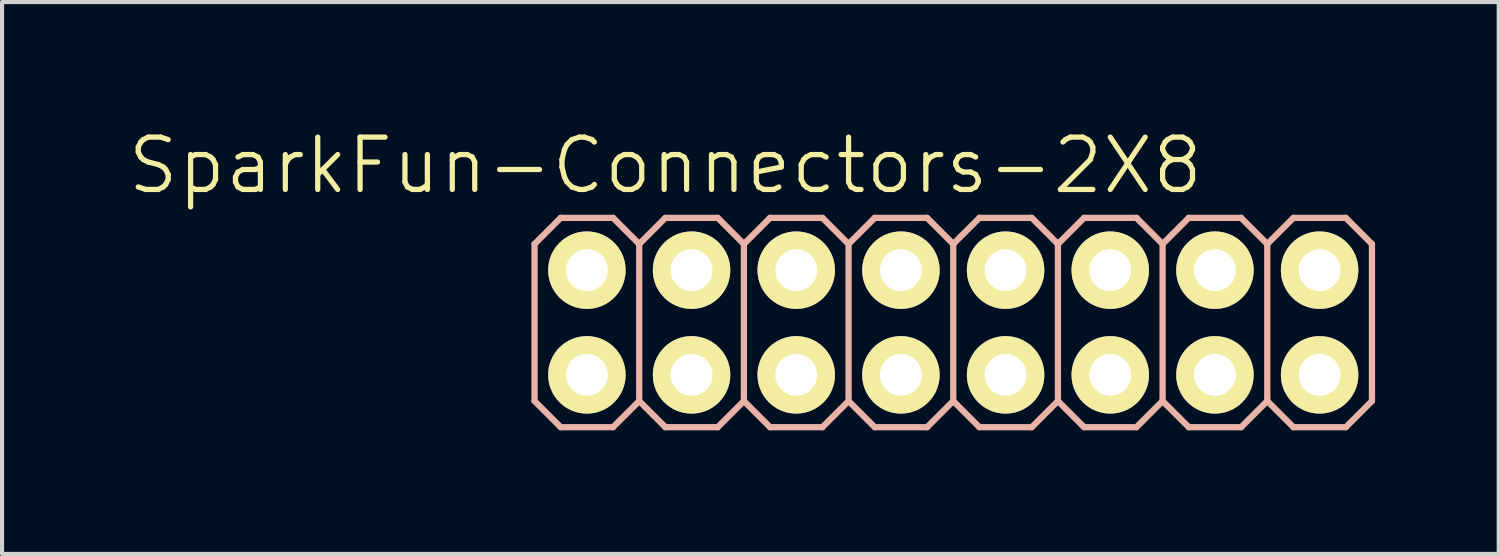
<source format=kicad_pcb>
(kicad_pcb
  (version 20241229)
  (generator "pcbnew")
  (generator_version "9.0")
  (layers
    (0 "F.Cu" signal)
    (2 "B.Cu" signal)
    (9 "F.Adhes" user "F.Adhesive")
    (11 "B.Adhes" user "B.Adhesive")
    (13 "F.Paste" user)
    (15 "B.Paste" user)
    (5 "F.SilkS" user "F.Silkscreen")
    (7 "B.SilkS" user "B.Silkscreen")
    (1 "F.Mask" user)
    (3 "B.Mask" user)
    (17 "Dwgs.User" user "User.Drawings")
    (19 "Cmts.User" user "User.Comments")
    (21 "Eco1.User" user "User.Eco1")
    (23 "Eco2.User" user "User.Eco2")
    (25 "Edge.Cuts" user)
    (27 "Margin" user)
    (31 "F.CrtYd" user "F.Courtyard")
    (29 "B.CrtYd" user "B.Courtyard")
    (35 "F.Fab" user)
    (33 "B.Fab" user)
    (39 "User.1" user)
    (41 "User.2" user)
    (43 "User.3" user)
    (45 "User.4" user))
  (footprint "SparkFun-Connectors-2X8"
    (layer "F.Cu")
    (at 11.191 6.046)
    (property "Reference" "SparkFun-Connectors-2X8" (at 1.905 -5.08 0) (layer "F.SilkS") (effects (font (size 1.27 1.27) (thickness 0.127))))
    (attr exclude_from_pos_files exclude_from_bom)
    (fp_line (start -0.254 -2.794) (end 0.254 -2.794) (stroke (width 0.066) (type solid)) (layer "F.SilkS"))
    (fp_line (start -0.254 -2.286) (end -0.254 -2.794) (stroke (width 0.066) (type solid)) (layer "F.SilkS"))
    (fp_line (start -0.254 -2.286) (end 0.254 -2.286) (stroke (width 0.066) (type solid)) (layer "F.SilkS"))
    (fp_line (start -0.254 -0.254) (end 0.254 -0.254) (stroke (width 0.066) (type solid)) (layer "F.SilkS"))
    (fp_line (start -0.254 0.254) (end -0.254 -0.254) (stroke (width 0.066) (type solid)) (layer "F.SilkS"))
    (fp_line (start -0.254 0.254) (end 0.254 0.254) (stroke (width 0.066) (type solid)) (layer "F.SilkS"))
    (fp_line (start 0.254 -2.286) (end 0.254 -2.794) (stroke (width 0.066) (type solid)) (layer "F.SilkS"))
    (fp_line (start 0.254 0.254) (end 0.254 -0.254) (stroke (width 0.066) (type solid)) (layer "F.SilkS"))
    (fp_line (start 2.286 -2.794) (end 2.794 -2.794) (stroke (width 0.066) (type solid)) (layer "F.SilkS"))
    (fp_line (start 2.286 -2.286) (end 2.286 -2.794) (stroke (width 0.066) (type solid)) (layer "F.SilkS"))
    (fp_line (start 2.286 -2.286) (end 2.794 -2.286) (stroke (width 0.066) (type solid)) (layer "F.SilkS"))
    (fp_line (start 2.286 -0.254) (end 2.794 -0.254) (stroke (width 0.066) (type solid)) (layer "F.SilkS"))
    (fp_line (start 2.286 0.254) (end 2.286 -0.254) (stroke (width 0.066) (type solid)) (layer "F.SilkS"))
    (fp_line (start 2.286 0.254) (end 2.794 0.254) (stroke (width 0.066) (type solid)) (layer "F.SilkS"))
    (fp_line (start 2.794 -2.286) (end 2.794 -2.794) (stroke (width 0.066) (type solid)) (layer "F.SilkS"))
    (fp_line (start 2.794 0.254) (end 2.794 -0.254) (stroke (width 0.066) (type solid)) (layer "F.SilkS"))
    (fp_line (start 4.826 -2.794) (end 5.334 -2.794) (stroke (width 0.066) (type solid)) (layer "F.SilkS"))
    (fp_line (start 4.826 -2.286) (end 4.826 -2.794) (stroke (width 0.066) (type solid)) (layer "F.SilkS"))
    (fp_line (start 4.826 -2.286) (end 5.334 -2.286) (stroke (width 0.066) (type solid)) (layer "F.SilkS"))
    (fp_line (start 4.826 -0.254) (end 5.334 -0.254) (stroke (width 0.066) (type solid)) (layer "F.SilkS"))
    (fp_line (start 4.826 0.254) (end 4.826 -0.254) (stroke (width 0.066) (type solid)) (layer "F.SilkS"))
    (fp_line (start 4.826 0.254) (end 5.334 0.254) (stroke (width 0.066) (type solid)) (layer "F.SilkS"))
    (fp_line (start 5.334 -2.286) (end 5.334 -2.794) (stroke (width 0.066) (type solid)) (layer "F.SilkS"))
    (fp_line (start 5.334 0.254) (end 5.334 -0.254) (stroke (width 0.066) (type solid)) (layer "F.SilkS"))
    (fp_line (start 7.366 -2.794) (end 7.874 -2.794) (stroke (width 0.066) (type solid)) (layer "F.SilkS"))
    (fp_line (start 7.366 -2.286) (end 7.366 -2.794) (stroke (width 0.066) (type solid)) (layer "F.SilkS"))
    (fp_line (start 7.366 -2.286) (end 7.874 -2.286) (stroke (width 0.066) (type solid)) (layer "F.SilkS"))
    (fp_line (start 7.366 -0.254) (end 7.874 -0.254) (stroke (width 0.066) (type solid)) (layer "F.SilkS"))
    (fp_line (start 7.366 0.254) (end 7.366 -0.254) (stroke (width 0.066) (type solid)) (layer "F.SilkS"))
    (fp_line (start 7.366 0.254) (end 7.874 0.254) (stroke (width 0.066) (type solid)) (layer "F.SilkS"))
    (fp_line (start 7.874 -2.286) (end 7.874 -2.794) (stroke (width 0.066) (type solid)) (layer "F.SilkS"))
    (fp_line (start 7.874 0.254) (end 7.874 -0.254) (stroke (width 0.066) (type solid)) (layer "F.SilkS"))
    (fp_line (start 9.906 -2.794) (end 10.414 -2.794) (stroke (width 0.066) (type solid)) (layer "F.SilkS"))
    (fp_line (start 9.906 -2.286) (end 9.906 -2.794) (stroke (width 0.066) (type solid)) (layer "F.SilkS"))
    (fp_line (start 9.906 -2.286) (end 10.414 -2.286) (stroke (width 0.066) (type solid)) (layer "F.SilkS"))
    (fp_line (start 9.906 -0.254) (end 10.414 -0.254) (stroke (width 0.066) (type solid)) (layer "F.SilkS"))
    (fp_line (start 9.906 0.254) (end 9.906 -0.254) (stroke (width 0.066) (type solid)) (layer "F.SilkS"))
    (fp_line (start 9.906 0.254) (end 10.414 0.254) (stroke (width 0.066) (type solid)) (layer "F.SilkS"))
    (fp_line (start 10.414 -2.286) (end 10.414 -2.794) (stroke (width 0.066) (type solid)) (layer "F.SilkS"))
    (fp_line (start 10.414 0.254) (end 10.414 -0.254) (stroke (width 0.066) (type solid)) (layer "F.SilkS"))
    (fp_line (start 12.446 -2.794) (end 12.954 -2.794) (stroke (width 0.066) (type solid)) (layer "F.SilkS"))
    (fp_line (start 12.446 -2.286) (end 12.446 -2.794) (stroke (width 0.066) (type solid)) (layer "F.SilkS"))
    (fp_line (start 12.446 -2.286) (end 12.954 -2.286) (stroke (width 0.066) (type solid)) (layer "F.SilkS"))
    (fp_line (start 12.446 -0.254) (end 12.954 -0.254) (stroke (width 0.066) (type solid)) (layer "F.SilkS"))
    (fp_line (start 12.446 0.254) (end 12.446 -0.254) (stroke (width 0.066) (type solid)) (layer "F.SilkS"))
    (fp_line (start 12.446 0.254) (end 12.954 0.254) (stroke (width 0.066) (type solid)) (layer "F.SilkS"))
    (fp_line (start 12.954 -2.286) (end 12.954 -2.794) (stroke (width 0.066) (type solid)) (layer "F.SilkS"))
    (fp_line (start 12.954 0.254) (end 12.954 -0.254) (stroke (width 0.066) (type solid)) (layer "F.SilkS"))
    (fp_line (start 14.986 -2.794) (end 15.494 -2.794) (stroke (width 0.066) (type solid)) (layer "F.SilkS"))
    (fp_line (start 14.986 -2.286) (end 14.986 -2.794) (stroke (width 0.066) (type solid)) (layer "F.SilkS"))
    (fp_line (start 14.986 -2.286) (end 15.494 -2.286) (stroke (width 0.066) (type solid)) (layer "F.SilkS"))
    (fp_line (start 14.986 -0.254) (end 15.494 -0.254) (stroke (width 0.066) (type solid)) (layer "F.SilkS"))
    (fp_line (start 14.986 0.254) (end 14.986 -0.254) (stroke (width 0.066) (type solid)) (layer "F.SilkS"))
    (fp_line (start 14.986 0.254) (end 15.494 0.254) (stroke (width 0.066) (type solid)) (layer "F.SilkS"))
    (fp_line (start 15.494 -2.286) (end 15.494 -2.794) (stroke (width 0.066) (type solid)) (layer "F.SilkS"))
    (fp_line (start 15.494 0.254) (end 15.494 -0.254) (stroke (width 0.066) (type solid)) (layer "F.SilkS"))
    (fp_line (start 17.523 -2.794) (end 18.034 -2.794) (stroke (width 0.066) (type solid)) (layer "F.SilkS"))
    (fp_line (start 17.523 -2.286) (end 17.523 -2.794) (stroke (width 0.066) (type solid)) (layer "F.SilkS"))
    (fp_line (start 17.523 -2.286) (end 18.034 -2.286) (stroke (width 0.066) (type solid)) (layer "F.SilkS"))
    (fp_line (start 17.523 -0.254) (end 18.034 -0.254) (stroke (width 0.066) (type solid)) (layer "F.SilkS"))
    (fp_line (start 17.523 0.254) (end 17.523 -0.254) (stroke (width 0.066) (type solid)) (layer "F.SilkS"))
    (fp_line (start 17.523 0.254) (end 18.034 0.254) (stroke (width 0.066) (type solid)) (layer "F.SilkS"))
    (fp_line (start 18.034 -2.286) (end 18.034 -2.794) (stroke (width 0.066) (type solid)) (layer "F.SilkS"))
    (fp_line (start 18.034 0.254) (end 18.034 -0.254) (stroke (width 0.066) (type solid)) (layer "F.SilkS"))
    (fp_line (start -1.27 -3.175) (end -0.635 -3.81) (stroke (width 0.152) (type solid)) (layer "B.SilkS"))
    (fp_line (start -1.27 0.635) (end -1.27 -3.175) (stroke (width 0.152) (type solid)) (layer "B.SilkS"))
    (fp_line (start -1.27 0.635) (end -0.635 1.27) (stroke (width 0.152) (type solid)) (layer "B.SilkS"))
    (fp_line (start -0.635 -3.81) (end 0.635 -3.81) (stroke (width 0.152) (type solid)) (layer "B.SilkS"))
    (fp_line (start -0.635 1.27) (end 0.635 1.27) (stroke (width 0.152) (type solid)) (layer "B.SilkS"))
    (fp_line (start 0.635 -3.81) (end 1.27 -3.175) (stroke (width 0.152) (type solid)) (layer "B.SilkS"))
    (fp_line (start 0.635 1.27) (end 1.27 0.635) (stroke (width 0.152) (type solid)) (layer "B.SilkS"))
    (fp_line (start 1.27 -3.175) (end 1.27 0.635) (stroke (width 0.152) (type solid)) (layer "B.SilkS"))
    (fp_line (start 1.27 -3.175) (end 1.905 -3.81) (stroke (width 0.152) (type solid)) (layer "B.SilkS"))
    (fp_line (start 1.27 0.635) (end 1.905 1.27) (stroke (width 0.152) (type solid)) (layer "B.SilkS"))
    (fp_line (start 1.905 -3.81) (end 3.175 -3.81) (stroke (width 0.152) (type solid)) (layer "B.SilkS"))
    (fp_line (start 1.905 1.27) (end 3.175 1.27) (stroke (width 0.152) (type solid)) (layer "B.SilkS"))
    (fp_line (start 3.175 -3.81) (end 3.81 -3.175) (stroke (width 0.152) (type solid)) (layer "B.SilkS"))
    (fp_line (start 3.175 1.27) (end 3.81 0.635) (stroke (width 0.152) (type solid)) (layer "B.SilkS"))
    (fp_line (start 3.81 -3.175) (end 3.81 0.635) (stroke (width 0.152) (type solid)) (layer "B.SilkS"))
    (fp_line (start 3.81 -3.175) (end 4.445 -3.81) (stroke (width 0.152) (type solid)) (layer "B.SilkS"))
    (fp_line (start 3.81 0.635) (end 4.445 1.27) (stroke (width 0.152) (type solid)) (layer "B.SilkS"))
    (fp_line (start 4.445 -3.81) (end 5.715 -3.81) (stroke (width 0.152) (type solid)) (layer "B.SilkS"))
    (fp_line (start 4.445 1.27) (end 5.715 1.27) (stroke (width 0.152) (type solid)) (layer "B.SilkS"))
    (fp_line (start 5.715 -3.81) (end 6.35 -3.175) (stroke (width 0.152) (type solid)) (layer "B.SilkS"))
    (fp_line (start 5.715 1.27) (end 6.35 0.635) (stroke (width 0.152) (type solid)) (layer "B.SilkS"))
    (fp_line (start 6.35 -3.175) (end 6.35 0.635) (stroke (width 0.152) (type solid)) (layer "B.SilkS"))
    (fp_line (start 6.35 -3.175) (end 6.985 -3.81) (stroke (width 0.152) (type solid)) (layer "B.SilkS"))
    (fp_line (start 6.35 0.635) (end 6.985 1.27) (stroke (width 0.152) (type solid)) (layer "B.SilkS"))
    (fp_line (start 6.985 -3.81) (end 8.255 -3.81) (stroke (width 0.152) (type solid)) (layer "B.SilkS"))
    (fp_line (start 6.985 1.27) (end 8.255 1.27) (stroke (width 0.152) (type solid)) (layer "B.SilkS"))
    (fp_line (start 8.255 -3.81) (end 8.89 -3.175) (stroke (width 0.152) (type solid)) (layer "B.SilkS"))
    (fp_line (start 8.255 1.27) (end 8.89 0.635) (stroke (width 0.152) (type solid)) (layer "B.SilkS"))
    (fp_line (start 8.89 -3.175) (end 8.89 0.635) (stroke (width 0.152) (type solid)) (layer "B.SilkS"))
    (fp_line (start 8.89 -3.175) (end 9.525 -3.81) (stroke (width 0.152) (type solid)) (layer "B.SilkS"))
    (fp_line (start 8.89 0.635) (end 9.525 1.27) (stroke (width 0.152) (type solid)) (layer "B.SilkS"))
    (fp_line (start 9.525 -3.81) (end 10.795 -3.81) (stroke (width 0.152) (type solid)) (layer "B.SilkS"))
    (fp_line (start 9.525 1.27) (end 10.795 1.27) (stroke (width 0.152) (type solid)) (layer "B.SilkS"))
    (fp_line (start 10.795 -3.81) (end 11.43 -3.175) (stroke (width 0.152) (type solid)) (layer "B.SilkS"))
    (fp_line (start 10.795 1.27) (end 11.43 0.635) (stroke (width 0.152) (type solid)) (layer "B.SilkS"))
    (fp_line (start 11.43 -3.175) (end 11.43 0.635) (stroke (width 0.152) (type solid)) (layer "B.SilkS"))
    (fp_line (start 11.43 -3.175) (end 12.065 -3.81) (stroke (width 0.152) (type solid)) (layer "B.SilkS"))
    (fp_line (start 11.43 0.635) (end 12.065 1.27) (stroke (width 0.152) (type solid)) (layer "B.SilkS"))
    (fp_line (start 12.065 -3.81) (end 13.335 -3.81) (stroke (width 0.152) (type solid)) (layer "B.SilkS"))
    (fp_line (start 12.065 1.27) (end 13.335 1.27) (stroke (width 0.152) (type solid)) (layer "B.SilkS"))
    (fp_line (start 13.335 -3.81) (end 13.97 -3.175) (stroke (width 0.152) (type solid)) (layer "B.SilkS"))
    (fp_line (start 13.335 1.27) (end 13.97 0.635) (stroke (width 0.152) (type solid)) (layer "B.SilkS"))
    (fp_line (start 13.97 -3.175) (end 13.97 0.635) (stroke (width 0.152) (type solid)) (layer "B.SilkS"))
    (fp_line (start 13.97 -3.175) (end 14.605 -3.81) (stroke (width 0.152) (type solid)) (layer "B.SilkS"))
    (fp_line (start 13.97 0.635) (end 14.605 1.27) (stroke (width 0.152) (type solid)) (layer "B.SilkS"))
    (fp_line (start 14.605 -3.81) (end 15.875 -3.81) (stroke (width 0.152) (type solid)) (layer "B.SilkS"))
    (fp_line (start 14.605 1.27) (end 15.875 1.27) (stroke (width 0.152) (type solid)) (layer "B.SilkS"))
    (fp_line (start 15.875 -3.81) (end 16.51 -3.175) (stroke (width 0.152) (type solid)) (layer "B.SilkS"))
    (fp_line (start 16.51 -3.175) (end 16.51 0.635) (stroke (width 0.152) (type solid)) (layer "B.SilkS"))
    (fp_line (start 16.51 -3.175) (end 17.145 -3.81) (stroke (width 0.152) (type solid)) (layer "B.SilkS"))
    (fp_line (start 16.51 0.635) (end 15.875 1.27) (stroke (width 0.152) (type solid)) (layer "B.SilkS"))
    (fp_line (start 16.51 0.635) (end 17.145 1.27) (stroke (width 0.152) (type solid)) (layer "B.SilkS"))
    (fp_line (start 17.145 -3.81) (end 18.415 -3.81) (stroke (width 0.152) (type solid)) (layer "B.SilkS"))
    (fp_line (start 17.145 1.27) (end 18.415 1.27) (stroke (width 0.152) (type solid)) (layer "B.SilkS"))
    (fp_line (start 18.415 -3.81) (end 19.05 -3.175) (stroke (width 0.152) (type solid)) (layer "B.SilkS"))
    (fp_line (start 19.05 -3.175) (end 19.05 0.635) (stroke (width 0.152) (type solid)) (layer "B.SilkS"))
    (fp_line (start 19.05 0.635) (end 18.415 1.27) (stroke (width 0.152) (type solid)) (layer "B.SilkS"))
    (pad "1" thru_hole circle (at 0 0) (size 1.88 1.88) (drill 1.016) (layers "*.Cu" "F.Mask" "F.SilkS" "F.Paste"))
    (pad "2" thru_hole circle (at 0 -2.54) (size 1.88 1.88) (drill 1.016) (layers "*.Cu" "F.Mask" "F.SilkS" "F.Paste"))
    (pad "3" thru_hole circle (at 2.54 0) (size 1.88 1.88) (drill 1.016) (layers "*.Cu" "F.Mask" "F.SilkS" "F.Paste"))
    (pad "4" thru_hole circle (at 2.54 -2.54) (size 1.88 1.88) (drill 1.016) (layers "*.Cu" "F.Mask" "F.SilkS" "F.Paste"))
    (pad "5" thru_hole circle (at 5.08 0) (size 1.88 1.88) (drill 1.016) (layers "*.Cu" "F.Mask" "F.SilkS" "F.Paste"))
    (pad "6" thru_hole circle (at 5.08 -2.54) (size 1.88 1.88) (drill 1.016) (layers "*.Cu" "F.Mask" "F.SilkS" "F.Paste"))
    (pad "7" thru_hole circle (at 7.62 0) (size 1.88 1.88) (drill 1.016) (layers "*.Cu" "F.Mask" "F.SilkS" "F.Paste"))
    (pad "8" thru_hole circle (at 7.62 -2.54) (size 1.88 1.88) (drill 1.016) (layers "*.Cu" "F.Mask" "F.SilkS" "F.Paste"))
    (pad "9" thru_hole circle (at 10.16 0) (size 1.88 1.88) (drill 1.016) (layers "*.Cu" "F.Mask" "F.SilkS" "F.Paste"))
    (pad "10" thru_hole circle (at 10.16 -2.54) (size 1.88 1.88) (drill 1.016) (layers "*.Cu" "F.Mask" "F.SilkS" "F.Paste"))
    (pad "11" thru_hole circle (at 12.7 0) (size 1.88 1.88) (drill 1.016) (layers "*.Cu" "F.Mask" "F.SilkS" "F.Paste"))
    (pad "12" thru_hole circle (at 12.7 -2.54) (size 1.88 1.88) (drill 1.016) (layers "*.Cu" "F.Mask" "F.SilkS" "F.Paste"))
    (pad "13" thru_hole circle (at 15.24 0) (size 1.88 1.88) (drill 1.016) (layers "*.Cu" "F.Mask" "F.SilkS" "F.Paste"))
    (pad "14" thru_hole circle (at 15.24 -2.54) (size 1.88 1.88) (drill 1.016) (layers "*.Cu" "F.Mask" "F.SilkS" "F.Paste"))
    (pad "15" thru_hole circle (at 17.78 0) (size 1.88 1.88) (drill 1.016) (layers "*.Cu" "F.Mask" "F.SilkS" "F.Paste"))
    (pad "16" thru_hole circle (at 17.78 -2.54) (size 1.88 1.88) (drill 1.016) (layers "*.Cu" "F.Mask" "F.SilkS" "F.Paste")))
  (gr_rect
    (start -3 -3)
    (end 33.317 10.392)
    (stroke (width 0.1) (type default))
    (fill no)
    (layer "Edge.Cuts")))
</source>
